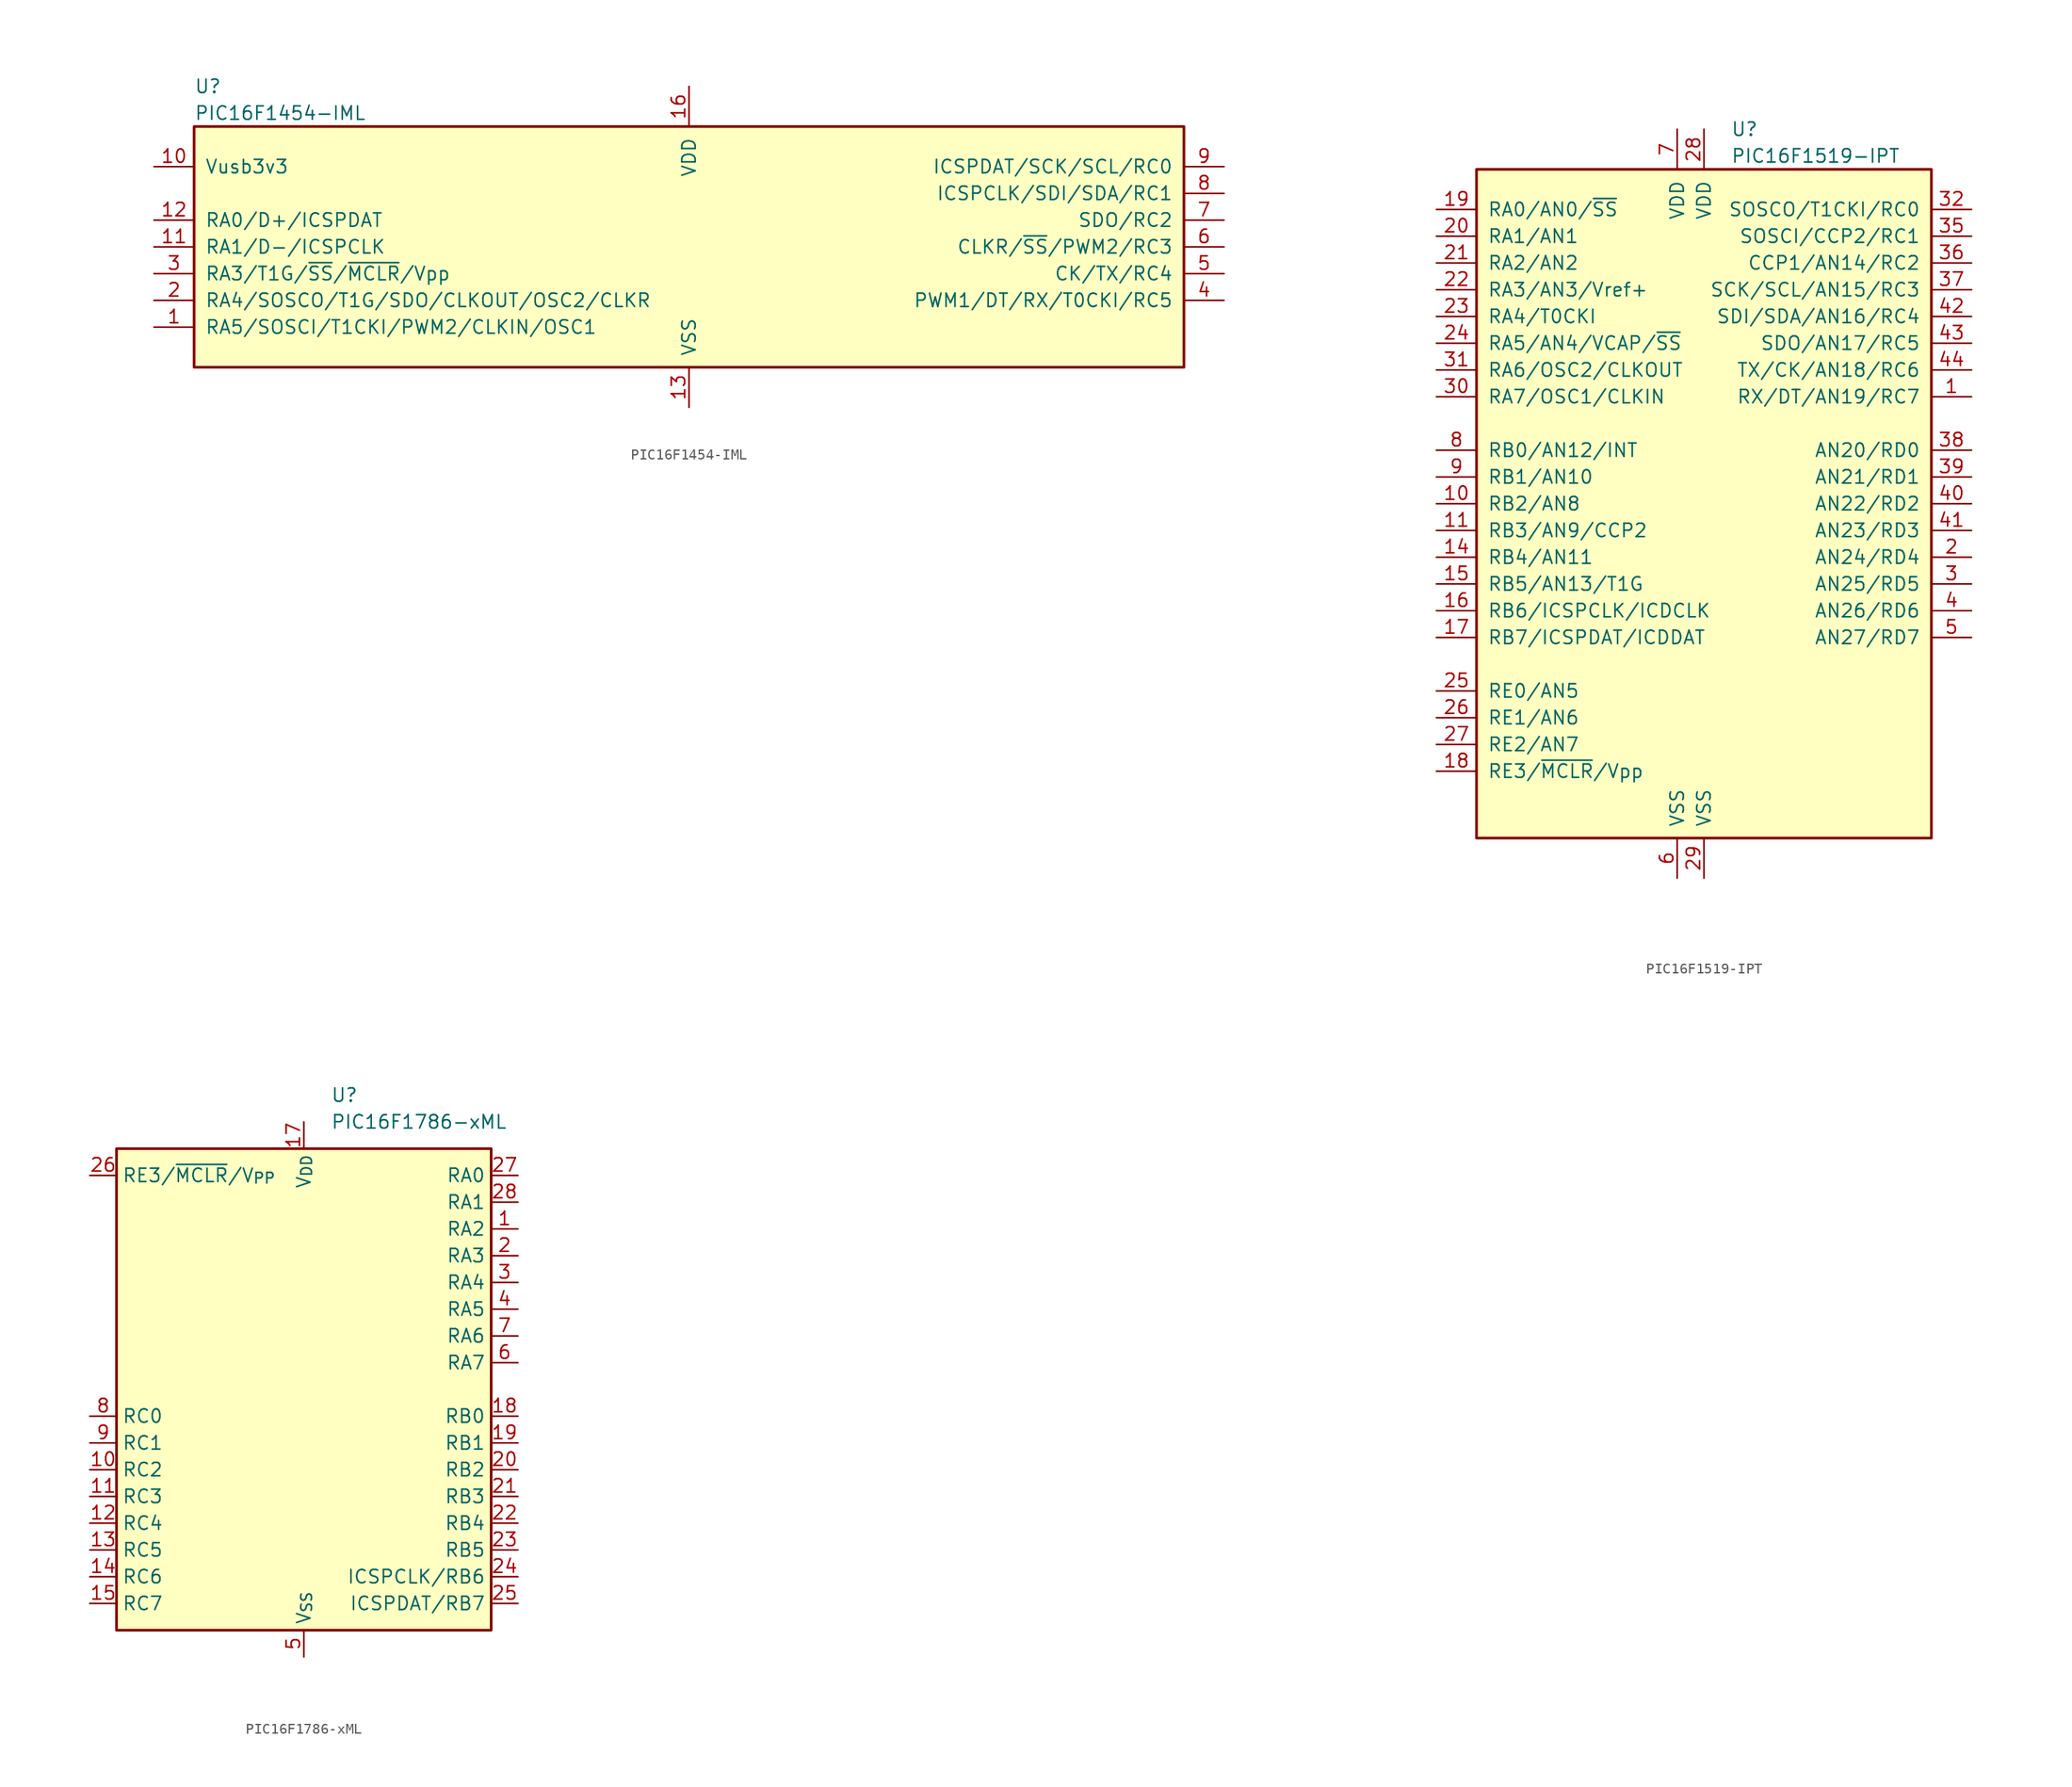
<source format=kicad_sym>
(kicad_symbol_lib
  (version 20231120)
  (generator "kicad_symbol_editor")
  (generator_version "8.0")
  (symbol "PIC16F1454-IML"
    (pin_names
      (offset 1.016))
    (property "Reference" "U"
      (at -46.99 15.24 0)
      (effects (font (size 1.27 1.27)) (justify left)))
    (property "Value" "PIC16F1454-IML"
      (at -46.99 12.7 0)
      (effects (font (size 1.27 1.27)) (justify left)))
    (symbol "PIC16F1454-IML_0_1"
      (rectangle (start -46.99 11.43) (end 46.99 -11.43) (stroke (width 0.254) (type default)) (fill (type background))))
    (symbol "PIC16F1454-IML_1_1"
      (pin bidirectional line (at -50.8 -7.62 0) (length 3.81) (name "RA5/SOSCI/T1CKI/PWM2/CLKIN/OSC1" (effects (font (size 1.27 1.27)))) (number "1" (effects (font (size 1.27 1.27)))))
      (pin bidirectional line (at -50.8 7.62 0) (length 3.81) (name "Vusb3v3" (effects (font (size 1.27 1.27)))) (number "10" (effects (font (size 1.27 1.27)))))
      (pin bidirectional line (at -50.8 0 0) (length 3.81) (name "RA1/D-/ICSPCLK" (effects (font (size 1.27 1.27)))) (number "11" (effects (font (size 1.27 1.27)))))
      (pin bidirectional line (at -50.8 2.54 0) (length 3.81) (name "RA0/D+/ICSPDAT" (effects (font (size 1.27 1.27)))) (number "12" (effects (font (size 1.27 1.27)))))
      (pin power_in line (at 0 -15.24 90) (length 3.81) (name "VSS" (effects (font (size 1.27 1.27)))) (number "13" (effects (font (size 1.27 1.27)))))
      (pin power_in line (at 0 15.24 270) (length 3.81) (name "VDD" (effects (font (size 1.27 1.27)))) (number "16" (effects (font (size 1.27 1.27)))))
      (pin bidirectional line (at -50.8 -5.08 0) (length 3.81) (name "RA4/SOSCO/T1G/SDO/CLKOUT/OSC2/CLKR" (effects (font (size 1.27 1.27)))) (number "2" (effects (font (size 1.27 1.27)))))
      (pin input line (at -50.8 -2.54 0) (length 3.81) (name "RA3/T1G/~{SS}/~{MCLR}/Vpp" (effects (font (size 1.27 1.27)))) (number "3" (effects (font (size 1.27 1.27)))))
      (pin bidirectional line (at 50.8 -5.08 180) (length 3.81) (name "PWM1/DT/RX/T0CKI/RC5" (effects (font (size 1.27 1.27)))) (number "4" (effects (font (size 1.27 1.27)))))
      (pin bidirectional line (at 50.8 -2.54 180) (length 3.81) (name "CK/TX/RC4" (effects (font (size 1.27 1.27)))) (number "5" (effects (font (size 1.27 1.27)))))
      (pin bidirectional line (at 50.8 0 180) (length 3.81) (name "CLKR/~{SS}/PWM2/RC3" (effects (font (size 1.27 1.27)))) (number "6" (effects (font (size 1.27 1.27)))))
      (pin bidirectional line (at 50.8 2.54 180) (length 3.81) (name "SDO/RC2" (effects (font (size 1.27 1.27)))) (number "7" (effects (font (size 1.27 1.27)))))
      (pin bidirectional line (at 50.8 5.08 180) (length 3.81) (name "ICSPCLK/SDI/SDA/RC1" (effects (font (size 1.27 1.27)))) (number "8" (effects (font (size 1.27 1.27)))))
      (pin bidirectional line (at 50.8 7.62 180) (length 3.81) (name "ICSPDAT/SCK/SCL/RC0" (effects (font (size 1.27 1.27)))) (number "9" (effects (font (size 1.27 1.27)))))))
  (symbol "PIC16F1519-IPT"
    (pin_names
      (offset 1.016))
    (property "Reference" "U"
      (at 2.54 35.56 0)
      (effects (font (size 1.27 1.27)) (justify left)))
    (property "Value" "PIC16F1519-IPT"
      (at 2.54 33.02 0)
      (effects (font (size 1.27 1.27)) (justify left)))
    (symbol "PIC16F1519-IPT_0_1"
      (rectangle (start -21.59 31.75) (end 21.59 -31.75) (stroke (width 0.254) (type default)) (fill (type background))))
    (symbol "PIC16F1519-IPT_1_1"
      (pin bidirectional line (at 25.4 10.16 180) (length 3.81) (name "RX/DT/AN19/RC7" (effects (font (size 1.27 1.27)))) (number "1" (effects (font (size 1.27 1.27)))))
      (pin bidirectional line (at -25.4 0 0) (length 3.81) (name "RB2/AN8" (effects (font (size 1.27 1.27)))) (number "10" (effects (font (size 1.27 1.27)))))
      (pin bidirectional line (at -25.4 -2.54 0) (length 3.81) (name "RB3/AN9/CCP2" (effects (font (size 1.27 1.27)))) (number "11" (effects (font (size 1.27 1.27)))))
      (pin bidirectional line (at -25.4 -5.08 0) (length 3.81) (name "RB4/AN11" (effects (font (size 1.27 1.27)))) (number "14" (effects (font (size 1.27 1.27)))))
      (pin bidirectional line (at -25.4 -7.62 0) (length 3.81) (name "RB5/AN13/T1G" (effects (font (size 1.27 1.27)))) (number "15" (effects (font (size 1.27 1.27)))))
      (pin bidirectional line (at -25.4 -10.16 0) (length 3.81) (name "RB6/ICSPCLK/ICDCLK" (effects (font (size 1.27 1.27)))) (number "16" (effects (font (size 1.27 1.27)))))
      (pin bidirectional line (at -25.4 -12.7 0) (length 3.81) (name "RB7/ICSPDAT/ICDDAT" (effects (font (size 1.27 1.27)))) (number "17" (effects (font (size 1.27 1.27)))))
      (pin input line (at -25.4 -25.4 0) (length 3.81) (name "RE3/~{MCLR}/Vpp" (effects (font (size 1.27 1.27)))) (number "18" (effects (font (size 1.27 1.27)))))
      (pin bidirectional line (at -25.4 27.94 0) (length 3.81) (name "RA0/AN0/~{SS}" (effects (font (size 1.27 1.27)))) (number "19" (effects (font (size 1.27 1.27)))))
      (pin bidirectional line (at 25.4 -5.08 180) (length 3.81) (name "AN24/RD4" (effects (font (size 1.27 1.27)))) (number "2" (effects (font (size 1.27 1.27)))))
      (pin bidirectional line (at -25.4 25.4 0) (length 3.81) (name "RA1/AN1" (effects (font (size 1.27 1.27)))) (number "20" (effects (font (size 1.27 1.27)))))
      (pin bidirectional line (at -25.4 22.86 0) (length 3.81) (name "RA2/AN2" (effects (font (size 1.27 1.27)))) (number "21" (effects (font (size 1.27 1.27)))))
      (pin bidirectional line (at -25.4 20.32 0) (length 3.81) (name "RA3/AN3/Vref+" (effects (font (size 1.27 1.27)))) (number "22" (effects (font (size 1.27 1.27)))))
      (pin bidirectional line (at -25.4 17.78 0) (length 3.81) (name "RA4/T0CKI" (effects (font (size 1.27 1.27)))) (number "23" (effects (font (size 1.27 1.27)))))
      (pin bidirectional line (at -25.4 15.24 0) (length 3.81) (name "RA5/AN4/VCAP/~{SS}" (effects (font (size 1.27 1.27)))) (number "24" (effects (font (size 1.27 1.27)))))
      (pin bidirectional line (at -25.4 -17.78 0) (length 3.81) (name "RE0/AN5" (effects (font (size 1.27 1.27)))) (number "25" (effects (font (size 1.27 1.27)))))
      (pin bidirectional line (at -25.4 -20.32 0) (length 3.81) (name "RE1/AN6" (effects (font (size 1.27 1.27)))) (number "26" (effects (font (size 1.27 1.27)))))
      (pin bidirectional line (at -25.4 -22.86 0) (length 3.81) (name "RE2/AN7" (effects (font (size 1.27 1.27)))) (number "27" (effects (font (size 1.27 1.27)))))
      (pin power_in line (at 0 35.56 270) (length 3.81) (name "VDD" (effects (font (size 1.27 1.27)))) (number "28" (effects (font (size 1.27 1.27)))))
      (pin power_in line (at 0 -35.56 90) (length 3.81) (name "VSS" (effects (font (size 1.27 1.27)))) (number "29" (effects (font (size 1.27 1.27)))))
      (pin bidirectional line (at 25.4 -7.62 180) (length 3.81) (name "AN25/RD5" (effects (font (size 1.27 1.27)))) (number "3" (effects (font (size 1.27 1.27)))))
      (pin bidirectional line (at -25.4 10.16 0) (length 3.81) (name "RA7/OSC1/CLKIN" (effects (font (size 1.27 1.27)))) (number "30" (effects (font (size 1.27 1.27)))))
      (pin bidirectional line (at -25.4 12.7 0) (length 3.81) (name "RA6/OSC2/CLKOUT" (effects (font (size 1.27 1.27)))) (number "31" (effects (font (size 1.27 1.27)))))
      (pin bidirectional line (at 25.4 27.94 180) (length 3.81) (name "SOSCO/T1CKI/RC0" (effects (font (size 1.27 1.27)))) (number "32" (effects (font (size 1.27 1.27)))))
      (pin bidirectional line (at 25.4 25.4 180) (length 3.81) (name "SOSCI/CCP2/RC1" (effects (font (size 1.27 1.27)))) (number "35" (effects (font (size 1.27 1.27)))))
      (pin bidirectional line (at 25.4 22.86 180) (length 3.81) (name "CCP1/AN14/RC2" (effects (font (size 1.27 1.27)))) (number "36" (effects (font (size 1.27 1.27)))))
      (pin bidirectional line (at 25.4 20.32 180) (length 3.81) (name "SCK/SCL/AN15/RC3" (effects (font (size 1.27 1.27)))) (number "37" (effects (font (size 1.27 1.27)))))
      (pin bidirectional line (at 25.4 5.08 180) (length 3.81) (name "AN20/RD0" (effects (font (size 1.27 1.27)))) (number "38" (effects (font (size 1.27 1.27)))))
      (pin bidirectional line (at 25.4 2.54 180) (length 3.81) (name "AN21/RD1" (effects (font (size 1.27 1.27)))) (number "39" (effects (font (size 1.27 1.27)))))
      (pin bidirectional line (at 25.4 -10.16 180) (length 3.81) (name "AN26/RD6" (effects (font (size 1.27 1.27)))) (number "4" (effects (font (size 1.27 1.27)))))
      (pin bidirectional line (at 25.4 0 180) (length 3.81) (name "AN22/RD2" (effects (font (size 1.27 1.27)))) (number "40" (effects (font (size 1.27 1.27)))))
      (pin bidirectional line (at 25.4 -2.54 180) (length 3.81) (name "AN23/RD3" (effects (font (size 1.27 1.27)))) (number "41" (effects (font (size 1.27 1.27)))))
      (pin bidirectional line (at 25.4 17.78 180) (length 3.81) (name "SDI/SDA/AN16/RC4" (effects (font (size 1.27 1.27)))) (number "42" (effects (font (size 1.27 1.27)))))
      (pin bidirectional line (at 25.4 15.24 180) (length 3.81) (name "SDO/AN17/RC5" (effects (font (size 1.27 1.27)))) (number "43" (effects (font (size 1.27 1.27)))))
      (pin bidirectional line (at 25.4 12.7 180) (length 3.81) (name "TX/CK/AN18/RC6" (effects (font (size 1.27 1.27)))) (number "44" (effects (font (size 1.27 1.27)))))
      (pin bidirectional line (at 25.4 -12.7 180) (length 3.81) (name "AN27/RD7" (effects (font (size 1.27 1.27)))) (number "5" (effects (font (size 1.27 1.27)))))
      (pin power_in line (at -2.54 -35.56 90) (length 3.81) (name "VSS" (effects (font (size 1.27 1.27)))) (number "6" (effects (font (size 1.27 1.27)))))
      (pin power_in line (at -2.54 35.56 270) (length 3.81) (name "VDD" (effects (font (size 1.27 1.27)))) (number "7" (effects (font (size 1.27 1.27)))))
      (pin bidirectional line (at -25.4 5.08 0) (length 3.81) (name "RB0/AN12/INT" (effects (font (size 1.27 1.27)))) (number "8" (effects (font (size 1.27 1.27)))))
      (pin bidirectional line (at -25.4 2.54 0) (length 3.81) (name "RB1/AN10" (effects (font (size 1.27 1.27)))) (number "9" (effects (font (size 1.27 1.27)))))))
  (symbol "PIC16F1786-xML"
    (property "Reference" "U"
      (at 2.54 27.94 0)
      (effects (font (size 1.27 1.27)) (justify left)))
    (property "Value" "PIC16F1786-xML"
      (at 2.54 25.4 0)
      (effects (font (size 1.27 1.27)) (justify left)))
    (symbol "PIC16F1786-xML_0_1"
      (rectangle (start -17.78 -22.86) (end 17.78 22.86) (stroke (width 0.254) (type default)) (fill (type background))))
    (symbol "PIC16F1786-xML_1_1"
      (pin bidirectional line (at 20.32 15.24 180) (length 2.54) (name "RA2" (effects (font (size 1.27 1.27)))) (number "1" (effects (font (size 1.27 1.27)))))
      (pin bidirectional line (at -20.32 -7.62 0) (length 2.54) (name "RC2" (effects (font (size 1.27 1.27)))) (number "10" (effects (font (size 1.27 1.27)))))
      (pin bidirectional line (at -20.32 -10.16 0) (length 2.54) (name "RC3" (effects (font (size 1.27 1.27)))) (number "11" (effects (font (size 1.27 1.27)))))
      (pin bidirectional line (at -20.32 -12.7 0) (length 2.54) (name "RC4" (effects (font (size 1.27 1.27)))) (number "12" (effects (font (size 1.27 1.27)))))
      (pin bidirectional line (at -20.32 -15.24 0) (length 2.54) (name "RC5" (effects (font (size 1.27 1.27)))) (number "13" (effects (font (size 1.27 1.27)))))
      (pin bidirectional line (at -20.32 -17.78 0) (length 2.54) (name "RC6" (effects (font (size 1.27 1.27)))) (number "14" (effects (font (size 1.27 1.27)))))
      (pin bidirectional line (at -20.32 -20.32 0) (length 2.54) (name "RC7" (effects (font (size 1.27 1.27)))) (number "15" (effects (font (size 1.27 1.27)))))
      (pin passive line (at 0 -25.4 90) (length 2.54) hide (name "V_{SS}" (effects (font (size 1.27 1.27)))) (number "16" (effects (font (size 1.27 1.27)))))
      (pin power_in line (at 0 25.4 270) (length 2.54) (name "V_{DD}" (effects (font (size 1.27 1.27)))) (number "17" (effects (font (size 1.27 1.27)))))
      (pin bidirectional line (at 20.32 -2.54 180) (length 2.54) (name "RB0" (effects (font (size 1.27 1.27)))) (number "18" (effects (font (size 1.27 1.27)))))
      (pin bidirectional line (at 20.32 -5.08 180) (length 2.54) (name "RB1" (effects (font (size 1.27 1.27)))) (number "19" (effects (font (size 1.27 1.27)))))
      (pin bidirectional line (at 20.32 12.7 180) (length 2.54) (name "RA3" (effects (font (size 1.27 1.27)))) (number "2" (effects (font (size 1.27 1.27)))))
      (pin bidirectional line (at 20.32 -7.62 180) (length 2.54) (name "RB2" (effects (font (size 1.27 1.27)))) (number "20" (effects (font (size 1.27 1.27)))))
      (pin bidirectional line (at 20.32 -10.16 180) (length 2.54) (name "RB3" (effects (font (size 1.27 1.27)))) (number "21" (effects (font (size 1.27 1.27)))))
      (pin bidirectional line (at 20.32 -12.7 180) (length 2.54) (name "RB4" (effects (font (size 1.27 1.27)))) (number "22" (effects (font (size 1.27 1.27)))))
      (pin bidirectional line (at 20.32 -15.24 180) (length 2.54) (name "RB5" (effects (font (size 1.27 1.27)))) (number "23" (effects (font (size 1.27 1.27)))))
      (pin bidirectional line (at 20.32 -17.78 180) (length 2.54) (name "ICSPCLK/RB6" (effects (font (size 1.27 1.27)))) (number "24" (effects (font (size 1.27 1.27)))))
      (pin bidirectional line (at 20.32 -20.32 180) (length 2.54) (name "ICSPDAT/RB7" (effects (font (size 1.27 1.27)))) (number "25" (effects (font (size 1.27 1.27)))))
      (pin input line (at -20.32 20.32 0) (length 2.54) (name "RE3/~{MCLR}/V_{PP}" (effects (font (size 1.27 1.27)))) (number "26" (effects (font (size 1.27 1.27)))))
      (pin bidirectional line (at 20.32 20.32 180) (length 2.54) (name "RA0" (effects (font (size 1.27 1.27)))) (number "27" (effects (font (size 1.27 1.27)))))
      (pin bidirectional line (at 20.32 17.78 180) (length 2.54) (name "RA1" (effects (font (size 1.27 1.27)))) (number "28" (effects (font (size 1.27 1.27)))))
      (pin bidirectional line (at 20.32 10.16 180) (length 2.54) (name "RA4" (effects (font (size 1.27 1.27)))) (number "3" (effects (font (size 1.27 1.27)))))
      (pin bidirectional line (at 20.32 7.62 180) (length 2.54) (name "RA5" (effects (font (size 1.27 1.27)))) (number "4" (effects (font (size 1.27 1.27)))))
      (pin power_in line (at 0 -25.4 90) (length 2.54) (name "V_{SS}" (effects (font (size 1.27 1.27)))) (number "5" (effects (font (size 1.27 1.27)))))
      (pin bidirectional line (at 20.32 2.54 180) (length 2.54) (name "RA7" (effects (font (size 1.27 1.27)))) (number "6" (effects (font (size 1.27 1.27)))))
      (pin bidirectional line (at 20.32 5.08 180) (length 2.54) (name "RA6" (effects (font (size 1.27 1.27)))) (number "7" (effects (font (size 1.27 1.27)))))
      (pin bidirectional line (at -20.32 -2.54 0) (length 2.54) (name "RC0" (effects (font (size 1.27 1.27)))) (number "8" (effects (font (size 1.27 1.27)))))
      (pin bidirectional line (at -20.32 -5.08 0) (length 2.54) (name "RC1" (effects (font (size 1.27 1.27)))) (number "9" (effects (font (size 1.27 1.27))))))))
</source>
